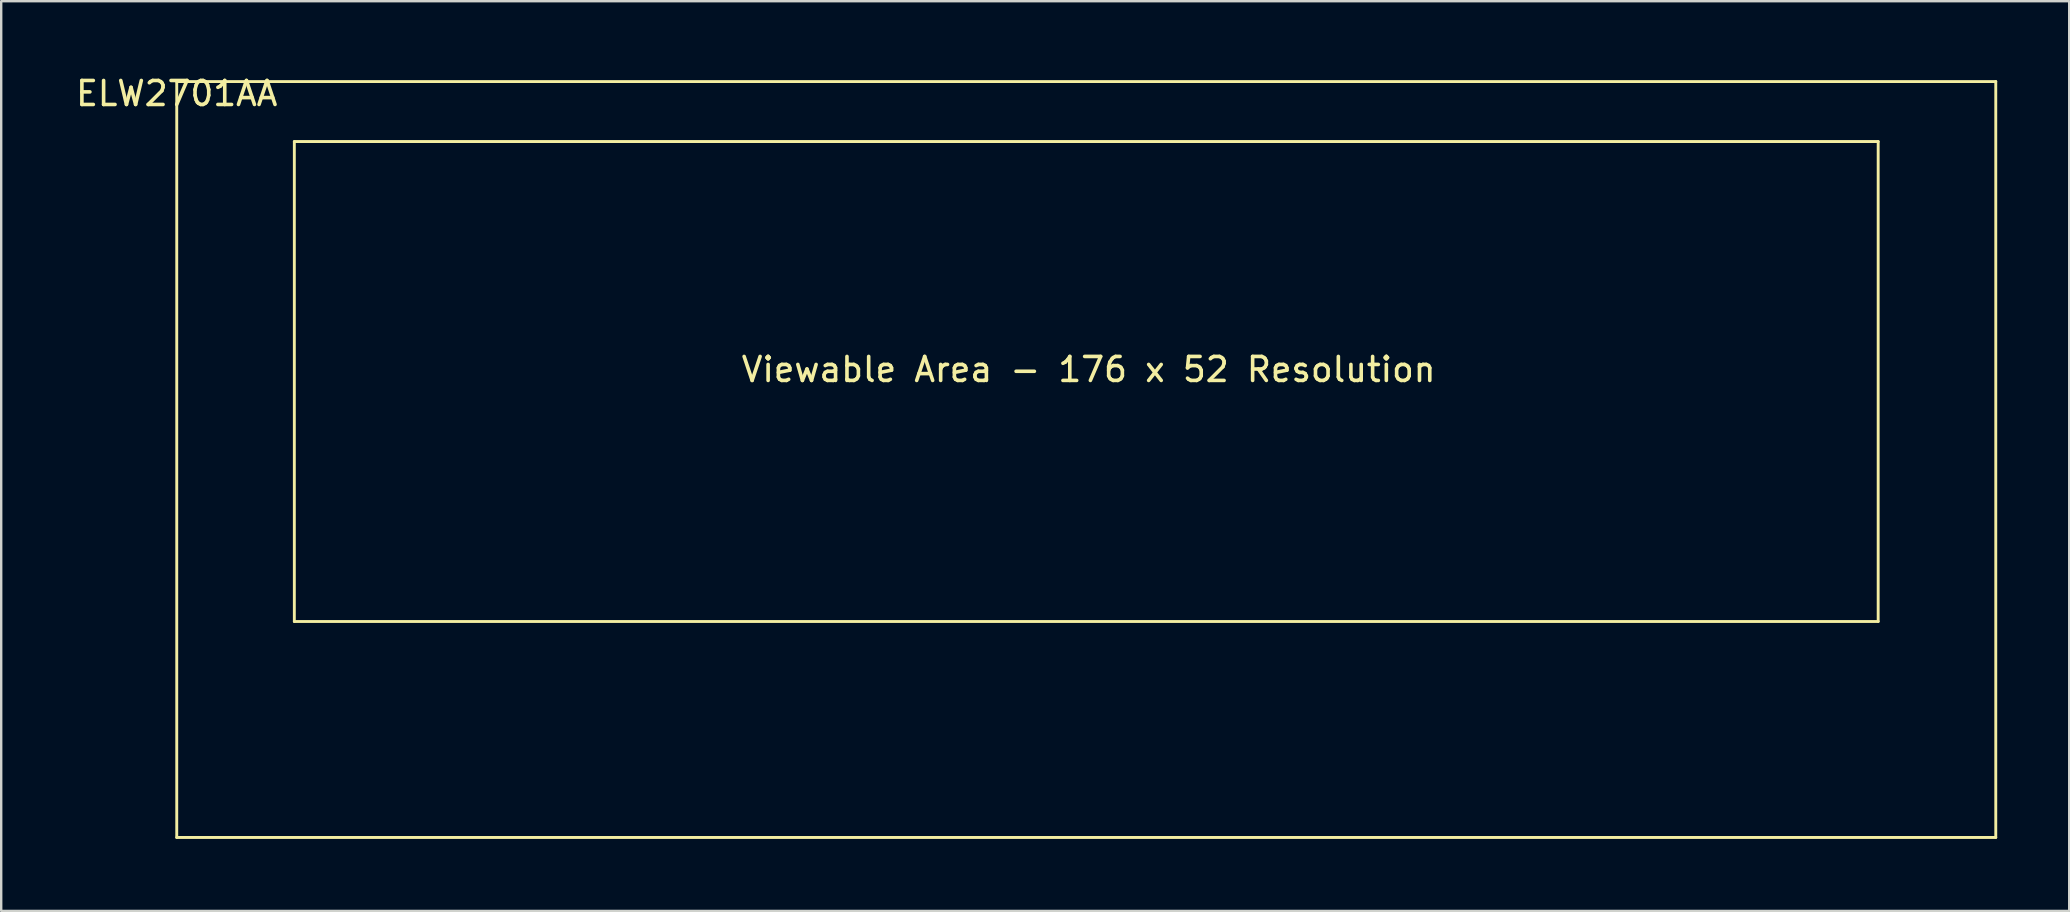
<source format=kicad_pcb>
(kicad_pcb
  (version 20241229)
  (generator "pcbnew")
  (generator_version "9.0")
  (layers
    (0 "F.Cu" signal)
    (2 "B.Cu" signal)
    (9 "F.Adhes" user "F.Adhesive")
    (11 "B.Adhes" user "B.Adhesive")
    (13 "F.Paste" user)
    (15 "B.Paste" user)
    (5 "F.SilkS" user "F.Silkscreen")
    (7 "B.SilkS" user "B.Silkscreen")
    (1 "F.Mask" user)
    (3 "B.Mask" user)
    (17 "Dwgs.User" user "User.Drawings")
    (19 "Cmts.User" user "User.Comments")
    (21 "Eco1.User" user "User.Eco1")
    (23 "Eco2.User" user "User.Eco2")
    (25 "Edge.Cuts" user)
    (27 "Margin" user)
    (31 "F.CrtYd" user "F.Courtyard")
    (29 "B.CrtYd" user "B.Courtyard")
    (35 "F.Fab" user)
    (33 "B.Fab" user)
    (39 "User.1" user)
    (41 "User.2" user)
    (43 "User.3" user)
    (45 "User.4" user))
  (footprint "ELW2701AA"
    (layer "F.Cu")
    (at 4.315 0.348)
    (property "Reference" "ELW2701AA" (at 0 0.5 0) (layer "F.SilkS") (effects (font (size 1 1) (thickness 0.15))))
    (attr through_hole)
    (fp_line (start 0 0) (end 75.8 0) (stroke (width 0.12) (type solid)) (layer "F.SilkS"))
    (fp_line (start 0 31.5) (end 0 0) (stroke (width 0.12) (type solid)) (layer "F.SilkS"))
    (fp_line (start 4.9 2.5) (end 70.9 2.5) (stroke (width 0.12) (type solid)) (layer "F.SilkS"))
    (fp_line (start 4.9 22.5) (end 4.9 2.5) (stroke (width 0.12) (type solid)) (layer "F.SilkS"))
    (fp_line (start 70.9 2.5) (end 70.9 22.5) (stroke (width 0.12) (type solid)) (layer "F.SilkS"))
    (fp_line (start 70.9 22.5) (end 4.9 22.5) (stroke (width 0.12) (type solid)) (layer "F.SilkS"))
    (fp_line (start 75.8 0) (end 75.8 31.5) (stroke (width 0.12) (type solid)) (layer "F.SilkS"))
    (fp_line (start 75.8 31.5) (end 0 31.5) (stroke (width 0.12) (type solid)) (layer "F.SilkS"))
    (fp_text user "Viewable Area - 176 x 52 Resolution" (at 38 12 0) (layer "F.SilkS") (effects (font (size 1 1) (thickness 0.15)))))
  (gr_rect
    (start -3 -3)
    (end 83.175 34.908)
    (stroke (width 0.1) (type default))
    (fill no)
    (layer "Edge.Cuts")))
</source>
